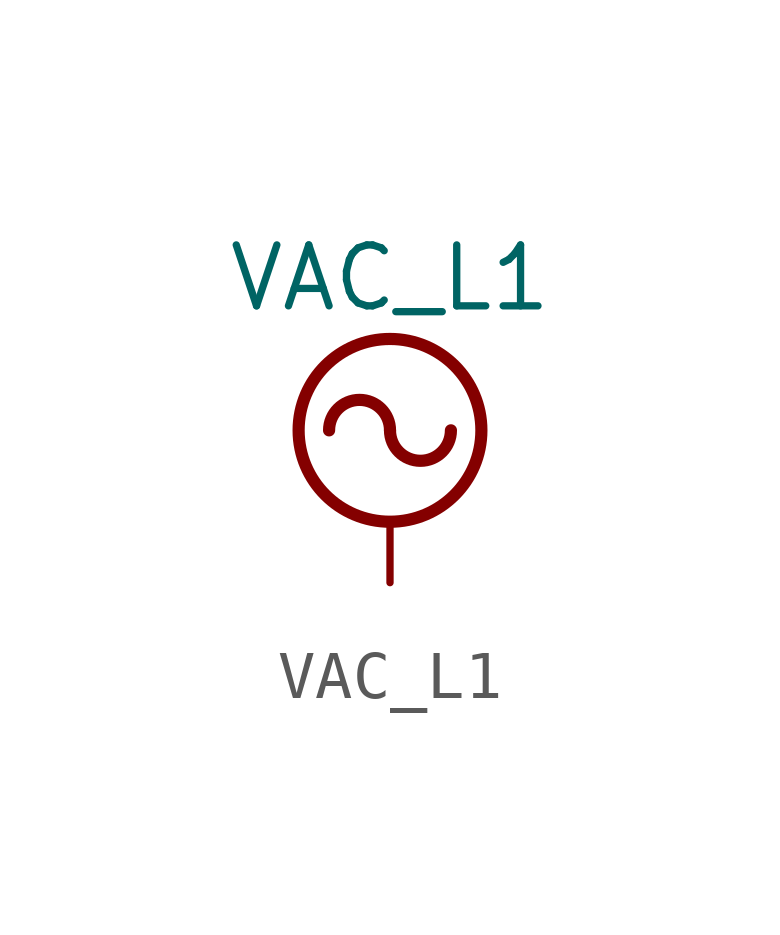
<source format=kicad_sym>
(kicad_symbol_lib
  (version 20220914)
  (generator kicad_symbol_editor)
  (symbol "VAC_L1"
    (power)
    (pin_names
      (offset 0))
    (property "Reference" "#PWR"
      (at 0 -2.54 0)
      (effects (font (size 1.27 1.27)) hide))
    (property "Value" "VAC_L1"
      (at 0 6.35 0)
      (effects (font (size 1.27 1.27))))
    (symbol "VAC_L1_0_1"
      (polyline (pts (xy 0 0) (xy 0 1.27)) (stroke (width 0) (type default)) (fill (type none)))
      (arc (start 0 3.175) (mid -0.635 3.8073) (end -1.27 3.175) (stroke (width 0.254) (type default)) (fill (type none)))
      (arc (start 0 3.175) (mid 0.635 2.5427) (end 1.27 3.175) (stroke (width 0.254) (type default)) (fill (type none)))
      (circle (center 0 3.175) (radius 1.905) (stroke (width 0.254) (type default)) (fill (type none))))
    (symbol "VAC_L1_1_1"
      (pin power_in line (at 0 0 90) (length 0) hide (name "VAC_L1" (effects (font (size 1.27 1.27)))) (number "1" (effects (font (size 1.27 1.27))))))))
</source>
